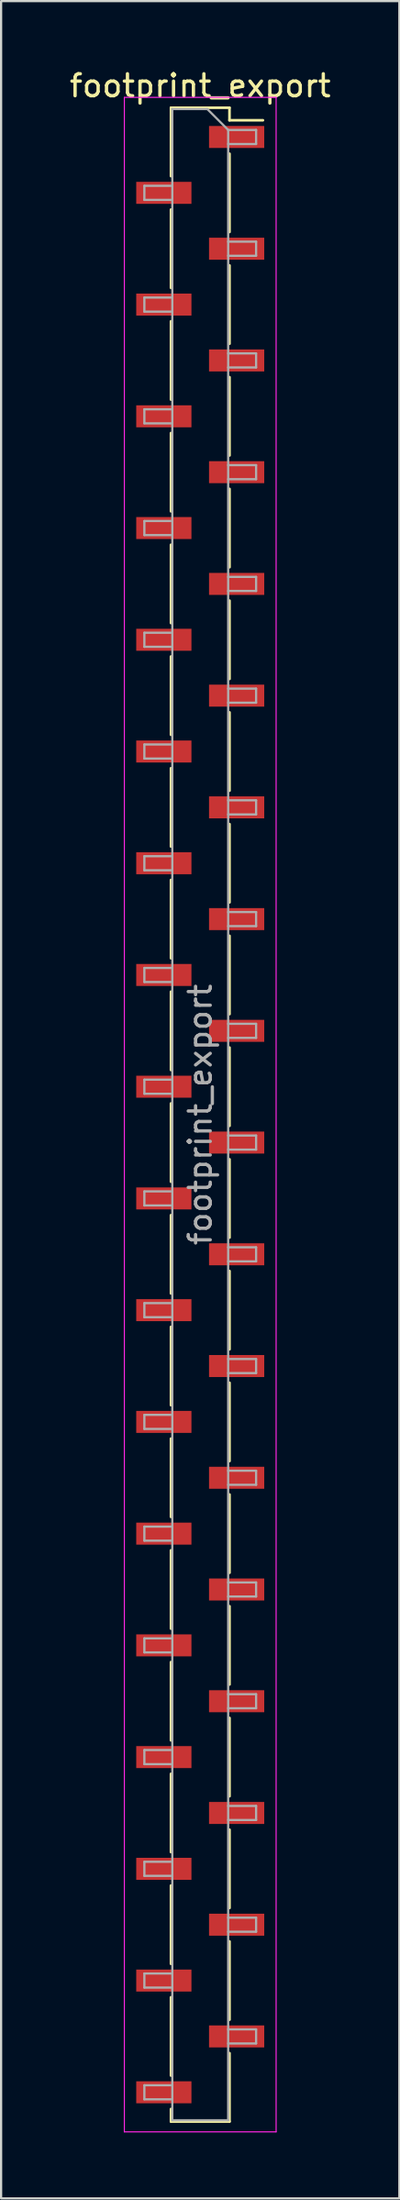
<source format=kicad_pcb>
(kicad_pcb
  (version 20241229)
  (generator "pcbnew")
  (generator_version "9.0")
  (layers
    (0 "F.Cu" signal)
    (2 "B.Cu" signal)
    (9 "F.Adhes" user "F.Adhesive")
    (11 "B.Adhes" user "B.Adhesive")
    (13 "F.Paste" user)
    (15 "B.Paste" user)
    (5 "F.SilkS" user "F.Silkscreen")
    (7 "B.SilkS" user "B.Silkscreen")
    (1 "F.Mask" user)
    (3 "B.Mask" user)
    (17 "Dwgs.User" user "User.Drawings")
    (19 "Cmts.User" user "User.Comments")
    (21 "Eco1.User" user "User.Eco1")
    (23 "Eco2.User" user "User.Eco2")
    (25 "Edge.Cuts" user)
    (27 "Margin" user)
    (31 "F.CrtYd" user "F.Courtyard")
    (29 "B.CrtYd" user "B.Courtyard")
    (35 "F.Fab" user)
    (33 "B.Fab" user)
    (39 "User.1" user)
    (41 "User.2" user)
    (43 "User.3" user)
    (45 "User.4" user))
  (footprint "footprint_export"
    (layer "F.Cu")
    (at 6.054 47.628)
    (property "Reference" "footprint_export" (at 0 -46.78 0) (layer "F.SilkS") (effects (font (size 1 1) (thickness 0.15))))
    (attr smd)
    (fp_line (start -1.33 -45.78) (end -1.33 -42.67) (stroke (width 0.12) (type solid)) (layer "F.SilkS"))
    (fp_line (start -1.33 -45.78) (end 1.33 -45.78) (stroke (width 0.12) (type solid)) (layer "F.SilkS"))
    (fp_line (start -1.33 -41.15) (end -1.33 -37.59) (stroke (width 0.12) (type solid)) (layer "F.SilkS"))
    (fp_line (start -1.33 -36.07) (end -1.33 -32.51) (stroke (width 0.12) (type solid)) (layer "F.SilkS"))
    (fp_line (start -1.33 -30.99) (end -1.33 -27.43) (stroke (width 0.12) (type solid)) (layer "F.SilkS"))
    (fp_line (start -1.33 -25.91) (end -1.33 -22.35) (stroke (width 0.12) (type solid)) (layer "F.SilkS"))
    (fp_line (start -1.33 -20.83) (end -1.33 -17.27) (stroke (width 0.12) (type solid)) (layer "F.SilkS"))
    (fp_line (start -1.33 -15.75) (end -1.33 -12.19) (stroke (width 0.12) (type solid)) (layer "F.SilkS"))
    (fp_line (start -1.33 -10.67) (end -1.33 -7.11) (stroke (width 0.12) (type solid)) (layer "F.SilkS"))
    (fp_line (start -1.33 -5.59) (end -1.33 -2.03) (stroke (width 0.12) (type solid)) (layer "F.SilkS"))
    (fp_line (start -1.33 -0.51) (end -1.33 3.05) (stroke (width 0.12) (type solid)) (layer "F.SilkS"))
    (fp_line (start -1.33 4.57) (end -1.33 8.13) (stroke (width 0.12) (type solid)) (layer "F.SilkS"))
    (fp_line (start -1.33 9.65) (end -1.33 13.21) (stroke (width 0.12) (type solid)) (layer "F.SilkS"))
    (fp_line (start -1.33 14.73) (end -1.33 18.29) (stroke (width 0.12) (type solid)) (layer "F.SilkS"))
    (fp_line (start -1.33 19.81) (end -1.33 23.37) (stroke (width 0.12) (type solid)) (layer "F.SilkS"))
    (fp_line (start -1.33 24.89) (end -1.33 28.45) (stroke (width 0.12) (type solid)) (layer "F.SilkS"))
    (fp_line (start -1.33 29.97) (end -1.33 33.53) (stroke (width 0.12) (type solid)) (layer "F.SilkS"))
    (fp_line (start -1.33 35.05) (end -1.33 38.61) (stroke (width 0.12) (type solid)) (layer "F.SilkS"))
    (fp_line (start -1.33 40.13) (end -1.33 43.69) (stroke (width 0.12) (type solid)) (layer "F.SilkS"))
    (fp_line (start -1.33 45.21) (end -1.33 45.78) (stroke (width 0.12) (type solid)) (layer "F.SilkS"))
    (fp_line (start -1.33 45.78) (end 1.33 45.78) (stroke (width 0.12) (type solid)) (layer "F.SilkS"))
    (fp_line (start 1.33 -45.78) (end 1.33 -45.21) (stroke (width 0.12) (type solid)) (layer "F.SilkS"))
    (fp_line (start 1.33 -45.21) (end 2.85 -45.21) (stroke (width 0.12) (type solid)) (layer "F.SilkS"))
    (fp_line (start 1.33 -43.69) (end 1.33 -40.13) (stroke (width 0.12) (type solid)) (layer "F.SilkS"))
    (fp_line (start 1.33 -38.61) (end 1.33 -35.05) (stroke (width 0.12) (type solid)) (layer "F.SilkS"))
    (fp_line (start 1.33 -33.53) (end 1.33 -29.97) (stroke (width 0.12) (type solid)) (layer "F.SilkS"))
    (fp_line (start 1.33 -28.45) (end 1.33 -24.89) (stroke (width 0.12) (type solid)) (layer "F.SilkS"))
    (fp_line (start 1.33 -23.37) (end 1.33 -19.81) (stroke (width 0.12) (type solid)) (layer "F.SilkS"))
    (fp_line (start 1.33 -18.29) (end 1.33 -14.73) (stroke (width 0.12) (type solid)) (layer "F.SilkS"))
    (fp_line (start 1.33 -13.21) (end 1.33 -9.65) (stroke (width 0.12) (type solid)) (layer "F.SilkS"))
    (fp_line (start 1.33 -8.13) (end 1.33 -4.57) (stroke (width 0.12) (type solid)) (layer "F.SilkS"))
    (fp_line (start 1.33 -3.05) (end 1.33 0.51) (stroke (width 0.12) (type solid)) (layer "F.SilkS"))
    (fp_line (start 1.33 2.03) (end 1.33 5.59) (stroke (width 0.12) (type solid)) (layer "F.SilkS"))
    (fp_line (start 1.33 7.11) (end 1.33 10.67) (stroke (width 0.12) (type solid)) (layer "F.SilkS"))
    (fp_line (start 1.33 12.19) (end 1.33 15.75) (stroke (width 0.12) (type solid)) (layer "F.SilkS"))
    (fp_line (start 1.33 17.27) (end 1.33 20.83) (stroke (width 0.12) (type solid)) (layer "F.SilkS"))
    (fp_line (start 1.33 22.35) (end 1.33 25.91) (stroke (width 0.12) (type solid)) (layer "F.SilkS"))
    (fp_line (start 1.33 27.43) (end 1.33 30.99) (stroke (width 0.12) (type solid)) (layer "F.SilkS"))
    (fp_line (start 1.33 32.51) (end 1.33 36.07) (stroke (width 0.12) (type solid)) (layer "F.SilkS"))
    (fp_line (start 1.33 37.59) (end 1.33 41.15) (stroke (width 0.12) (type solid)) (layer "F.SilkS"))
    (fp_line (start 1.33 42.67) (end 1.33 45.78) (stroke (width 0.12) (type solid)) (layer "F.SilkS"))
    (fp_line (start -3.45 -46.25) (end -3.45 46.25) (stroke (width 0.05) (type solid)) (layer "F.CrtYd"))
    (fp_line (start -3.45 46.25) (end 3.45 46.25) (stroke (width 0.05) (type solid)) (layer "F.CrtYd"))
    (fp_line (start 3.45 -46.25) (end -3.45 -46.25) (stroke (width 0.05) (type solid)) (layer "F.CrtYd"))
    (fp_line (start 3.45 46.25) (end 3.45 -46.25) (stroke (width 0.05) (type solid)) (layer "F.CrtYd"))
    (fp_line (start -2.54 -42.23) (end -2.54 -41.59) (stroke (width 0.1) (type solid)) (layer "F.Fab"))
    (fp_line (start -2.54 -41.59) (end -1.27 -41.59) (stroke (width 0.1) (type solid)) (layer "F.Fab"))
    (fp_line (start -2.54 -37.15) (end -2.54 -36.51) (stroke (width 0.1) (type solid)) (layer "F.Fab"))
    (fp_line (start -2.54 -36.51) (end -1.27 -36.51) (stroke (width 0.1) (type solid)) (layer "F.Fab"))
    (fp_line (start -2.54 -32.07) (end -2.54 -31.43) (stroke (width 0.1) (type solid)) (layer "F.Fab"))
    (fp_line (start -2.54 -31.43) (end -1.27 -31.43) (stroke (width 0.1) (type solid)) (layer "F.Fab"))
    (fp_line (start -2.54 -26.99) (end -2.54 -26.35) (stroke (width 0.1) (type solid)) (layer "F.Fab"))
    (fp_line (start -2.54 -26.35) (end -1.27 -26.35) (stroke (width 0.1) (type solid)) (layer "F.Fab"))
    (fp_line (start -2.54 -21.91) (end -2.54 -21.27) (stroke (width 0.1) (type solid)) (layer "F.Fab"))
    (fp_line (start -2.54 -21.27) (end -1.27 -21.27) (stroke (width 0.1) (type solid)) (layer "F.Fab"))
    (fp_line (start -2.54 -16.83) (end -2.54 -16.19) (stroke (width 0.1) (type solid)) (layer "F.Fab"))
    (fp_line (start -2.54 -16.19) (end -1.27 -16.19) (stroke (width 0.1) (type solid)) (layer "F.Fab"))
    (fp_line (start -2.54 -11.75) (end -2.54 -11.11) (stroke (width 0.1) (type solid)) (layer "F.Fab"))
    (fp_line (start -2.54 -11.11) (end -1.27 -11.11) (stroke (width 0.1) (type solid)) (layer "F.Fab"))
    (fp_line (start -2.54 -6.67) (end -2.54 -6.03) (stroke (width 0.1) (type solid)) (layer "F.Fab"))
    (fp_line (start -2.54 -6.03) (end -1.27 -6.03) (stroke (width 0.1) (type solid)) (layer "F.Fab"))
    (fp_line (start -2.54 -1.59) (end -2.54 -0.95) (stroke (width 0.1) (type solid)) (layer "F.Fab"))
    (fp_line (start -2.54 -0.95) (end -1.27 -0.95) (stroke (width 0.1) (type solid)) (layer "F.Fab"))
    (fp_line (start -2.54 3.49) (end -2.54 4.13) (stroke (width 0.1) (type solid)) (layer "F.Fab"))
    (fp_line (start -2.54 4.13) (end -1.27 4.13) (stroke (width 0.1) (type solid)) (layer "F.Fab"))
    (fp_line (start -2.54 8.57) (end -2.54 9.21) (stroke (width 0.1) (type solid)) (layer "F.Fab"))
    (fp_line (start -2.54 9.21) (end -1.27 9.21) (stroke (width 0.1) (type solid)) (layer "F.Fab"))
    (fp_line (start -2.54 13.65) (end -2.54 14.29) (stroke (width 0.1) (type solid)) (layer "F.Fab"))
    (fp_line (start -2.54 14.29) (end -1.27 14.29) (stroke (width 0.1) (type solid)) (layer "F.Fab"))
    (fp_line (start -2.54 18.73) (end -2.54 19.37) (stroke (width 0.1) (type solid)) (layer "F.Fab"))
    (fp_line (start -2.54 19.37) (end -1.27 19.37) (stroke (width 0.1) (type solid)) (layer "F.Fab"))
    (fp_line (start -2.54 23.81) (end -2.54 24.45) (stroke (width 0.1) (type solid)) (layer "F.Fab"))
    (fp_line (start -2.54 24.45) (end -1.27 24.45) (stroke (width 0.1) (type solid)) (layer "F.Fab"))
    (fp_line (start -2.54 28.89) (end -2.54 29.53) (stroke (width 0.1) (type solid)) (layer "F.Fab"))
    (fp_line (start -2.54 29.53) (end -1.27 29.53) (stroke (width 0.1) (type solid)) (layer "F.Fab"))
    (fp_line (start -2.54 33.97) (end -2.54 34.61) (stroke (width 0.1) (type solid)) (layer "F.Fab"))
    (fp_line (start -2.54 34.61) (end -1.27 34.61) (stroke (width 0.1) (type solid)) (layer "F.Fab"))
    (fp_line (start -2.54 39.05) (end -2.54 39.69) (stroke (width 0.1) (type solid)) (layer "F.Fab"))
    (fp_line (start -2.54 39.69) (end -1.27 39.69) (stroke (width 0.1) (type solid)) (layer "F.Fab"))
    (fp_line (start -2.54 44.13) (end -2.54 44.77) (stroke (width 0.1) (type solid)) (layer "F.Fab"))
    (fp_line (start -2.54 44.77) (end -1.27 44.77) (stroke (width 0.1) (type solid)) (layer "F.Fab"))
    (fp_line (start -1.27 -45.72) (end -1.27 45.72) (stroke (width 0.1) (type solid)) (layer "F.Fab"))
    (fp_line (start -1.27 -45.72) (end 0.32 -45.72) (stroke (width 0.1) (type solid)) (layer "F.Fab"))
    (fp_line (start -1.27 -42.23) (end -2.54 -42.23) (stroke (width 0.1) (type solid)) (layer "F.Fab"))
    (fp_line (start -1.27 -37.15) (end -2.54 -37.15) (stroke (width 0.1) (type solid)) (layer "F.Fab"))
    (fp_line (start -1.27 -32.07) (end -2.54 -32.07) (stroke (width 0.1) (type solid)) (layer "F.Fab"))
    (fp_line (start -1.27 -26.99) (end -2.54 -26.99) (stroke (width 0.1) (type solid)) (layer "F.Fab"))
    (fp_line (start -1.27 -21.91) (end -2.54 -21.91) (stroke (width 0.1) (type solid)) (layer "F.Fab"))
    (fp_line (start -1.27 -16.83) (end -2.54 -16.83) (stroke (width 0.1) (type solid)) (layer "F.Fab"))
    (fp_line (start -1.27 -11.75) (end -2.54 -11.75) (stroke (width 0.1) (type solid)) (layer "F.Fab"))
    (fp_line (start -1.27 -6.67) (end -2.54 -6.67) (stroke (width 0.1) (type solid)) (layer "F.Fab"))
    (fp_line (start -1.27 -1.59) (end -2.54 -1.59) (stroke (width 0.1) (type solid)) (layer "F.Fab"))
    (fp_line (start -1.27 3.49) (end -2.54 3.49) (stroke (width 0.1) (type solid)) (layer "F.Fab"))
    (fp_line (start -1.27 8.57) (end -2.54 8.57) (stroke (width 0.1) (type solid)) (layer "F.Fab"))
    (fp_line (start -1.27 13.65) (end -2.54 13.65) (stroke (width 0.1) (type solid)) (layer "F.Fab"))
    (fp_line (start -1.27 18.73) (end -2.54 18.73) (stroke (width 0.1) (type solid)) (layer "F.Fab"))
    (fp_line (start -1.27 23.81) (end -2.54 23.81) (stroke (width 0.1) (type solid)) (layer "F.Fab"))
    (fp_line (start -1.27 28.89) (end -2.54 28.89) (stroke (width 0.1) (type solid)) (layer "F.Fab"))
    (fp_line (start -1.27 33.97) (end -2.54 33.97) (stroke (width 0.1) (type solid)) (layer "F.Fab"))
    (fp_line (start -1.27 39.05) (end -2.54 39.05) (stroke (width 0.1) (type solid)) (layer "F.Fab"))
    (fp_line (start -1.27 44.13) (end -2.54 44.13) (stroke (width 0.1) (type solid)) (layer "F.Fab"))
    (fp_line (start 1.27 -44.77) (end 0.32 -45.72) (stroke (width 0.1) (type solid)) (layer "F.Fab"))
    (fp_line (start 1.27 -44.77) (end 2.54 -44.77) (stroke (width 0.1) (type solid)) (layer "F.Fab"))
    (fp_line (start 1.27 -39.69) (end 2.54 -39.69) (stroke (width 0.1) (type solid)) (layer "F.Fab"))
    (fp_line (start 1.27 -34.61) (end 2.54 -34.61) (stroke (width 0.1) (type solid)) (layer "F.Fab"))
    (fp_line (start 1.27 -29.53) (end 2.54 -29.53) (stroke (width 0.1) (type solid)) (layer "F.Fab"))
    (fp_line (start 1.27 -24.45) (end 2.54 -24.45) (stroke (width 0.1) (type solid)) (layer "F.Fab"))
    (fp_line (start 1.27 -19.37) (end 2.54 -19.37) (stroke (width 0.1) (type solid)) (layer "F.Fab"))
    (fp_line (start 1.27 -14.29) (end 2.54 -14.29) (stroke (width 0.1) (type solid)) (layer "F.Fab"))
    (fp_line (start 1.27 -9.21) (end 2.54 -9.21) (stroke (width 0.1) (type solid)) (layer "F.Fab"))
    (fp_line (start 1.27 -4.13) (end 2.54 -4.13) (stroke (width 0.1) (type solid)) (layer "F.Fab"))
    (fp_line (start 1.27 0.95) (end 2.54 0.95) (stroke (width 0.1) (type solid)) (layer "F.Fab"))
    (fp_line (start 1.27 6.03) (end 2.54 6.03) (stroke (width 0.1) (type solid)) (layer "F.Fab"))
    (fp_line (start 1.27 11.11) (end 2.54 11.11) (stroke (width 0.1) (type solid)) (layer "F.Fab"))
    (fp_line (start 1.27 16.19) (end 2.54 16.19) (stroke (width 0.1) (type solid)) (layer "F.Fab"))
    (fp_line (start 1.27 21.27) (end 2.54 21.27) (stroke (width 0.1) (type solid)) (layer "F.Fab"))
    (fp_line (start 1.27 26.35) (end 2.54 26.35) (stroke (width 0.1) (type solid)) (layer "F.Fab"))
    (fp_line (start 1.27 31.43) (end 2.54 31.43) (stroke (width 0.1) (type solid)) (layer "F.Fab"))
    (fp_line (start 1.27 36.51) (end 2.54 36.51) (stroke (width 0.1) (type solid)) (layer "F.Fab"))
    (fp_line (start 1.27 41.59) (end 2.54 41.59) (stroke (width 0.1) (type solid)) (layer "F.Fab"))
    (fp_line (start 1.27 45.72) (end -1.27 45.72) (stroke (width 0.1) (type solid)) (layer "F.Fab"))
    (fp_line (start 1.27 45.72) (end 1.27 -44.77) (stroke (width 0.1) (type solid)) (layer "F.Fab"))
    (fp_line (start 2.54 -44.77) (end 2.54 -44.13) (stroke (width 0.1) (type solid)) (layer "F.Fab"))
    (fp_line (start 2.54 -44.13) (end 1.27 -44.13) (stroke (width 0.1) (type solid)) (layer "F.Fab"))
    (fp_line (start 2.54 -39.69) (end 2.54 -39.05) (stroke (width 0.1) (type solid)) (layer "F.Fab"))
    (fp_line (start 2.54 -39.05) (end 1.27 -39.05) (stroke (width 0.1) (type solid)) (layer "F.Fab"))
    (fp_line (start 2.54 -34.61) (end 2.54 -33.97) (stroke (width 0.1) (type solid)) (layer "F.Fab"))
    (fp_line (start 2.54 -33.97) (end 1.27 -33.97) (stroke (width 0.1) (type solid)) (layer "F.Fab"))
    (fp_line (start 2.54 -29.53) (end 2.54 -28.89) (stroke (width 0.1) (type solid)) (layer "F.Fab"))
    (fp_line (start 2.54 -28.89) (end 1.27 -28.89) (stroke (width 0.1) (type solid)) (layer "F.Fab"))
    (fp_line (start 2.54 -24.45) (end 2.54 -23.81) (stroke (width 0.1) (type solid)) (layer "F.Fab"))
    (fp_line (start 2.54 -23.81) (end 1.27 -23.81) (stroke (width 0.1) (type solid)) (layer "F.Fab"))
    (fp_line (start 2.54 -19.37) (end 2.54 -18.73) (stroke (width 0.1) (type solid)) (layer "F.Fab"))
    (fp_line (start 2.54 -18.73) (end 1.27 -18.73) (stroke (width 0.1) (type solid)) (layer "F.Fab"))
    (fp_line (start 2.54 -14.29) (end 2.54 -13.65) (stroke (width 0.1) (type solid)) (layer "F.Fab"))
    (fp_line (start 2.54 -13.65) (end 1.27 -13.65) (stroke (width 0.1) (type solid)) (layer "F.Fab"))
    (fp_line (start 2.54 -9.21) (end 2.54 -8.57) (stroke (width 0.1) (type solid)) (layer "F.Fab"))
    (fp_line (start 2.54 -8.57) (end 1.27 -8.57) (stroke (width 0.1) (type solid)) (layer "F.Fab"))
    (fp_line (start 2.54 -4.13) (end 2.54 -3.49) (stroke (width 0.1) (type solid)) (layer "F.Fab"))
    (fp_line (start 2.54 -3.49) (end 1.27 -3.49) (stroke (width 0.1) (type solid)) (layer "F.Fab"))
    (fp_line (start 2.54 0.95) (end 2.54 1.59) (stroke (width 0.1) (type solid)) (layer "F.Fab"))
    (fp_line (start 2.54 1.59) (end 1.27 1.59) (stroke (width 0.1) (type solid)) (layer "F.Fab"))
    (fp_line (start 2.54 6.03) (end 2.54 6.67) (stroke (width 0.1) (type solid)) (layer "F.Fab"))
    (fp_line (start 2.54 6.67) (end 1.27 6.67) (stroke (width 0.1) (type solid)) (layer "F.Fab"))
    (fp_line (start 2.54 11.11) (end 2.54 11.75) (stroke (width 0.1) (type solid)) (layer "F.Fab"))
    (fp_line (start 2.54 11.75) (end 1.27 11.75) (stroke (width 0.1) (type solid)) (layer "F.Fab"))
    (fp_line (start 2.54 16.19) (end 2.54 16.83) (stroke (width 0.1) (type solid)) (layer "F.Fab"))
    (fp_line (start 2.54 16.83) (end 1.27 16.83) (stroke (width 0.1) (type solid)) (layer "F.Fab"))
    (fp_line (start 2.54 21.27) (end 2.54 21.91) (stroke (width 0.1) (type solid)) (layer "F.Fab"))
    (fp_line (start 2.54 21.91) (end 1.27 21.91) (stroke (width 0.1) (type solid)) (layer "F.Fab"))
    (fp_line (start 2.54 26.35) (end 2.54 26.99) (stroke (width 0.1) (type solid)) (layer "F.Fab"))
    (fp_line (start 2.54 26.99) (end 1.27 26.99) (stroke (width 0.1) (type solid)) (layer "F.Fab"))
    (fp_line (start 2.54 31.43) (end 2.54 32.07) (stroke (width 0.1) (type solid)) (layer "F.Fab"))
    (fp_line (start 2.54 32.07) (end 1.27 32.07) (stroke (width 0.1) (type solid)) (layer "F.Fab"))
    (fp_line (start 2.54 36.51) (end 2.54 37.15) (stroke (width 0.1) (type solid)) (layer "F.Fab"))
    (fp_line (start 2.54 37.15) (end 1.27 37.15) (stroke (width 0.1) (type solid)) (layer "F.Fab"))
    (fp_line (start 2.54 41.59) (end 2.54 42.23) (stroke (width 0.1) (type solid)) (layer "F.Fab"))
    (fp_line (start 2.54 42.23) (end 1.27 42.23) (stroke (width 0.1) (type solid)) (layer "F.Fab"))
    (fp_text user "${REFERENCE}" (at 0 0 90) (layer "F.Fab") (effects (font (size 1 1) (thickness 0.15))))
    (pad "1" smd rect (at 1.655 -44.45) (size 2.51 1) (layers "F.Cu" "F.Mask" "F.Paste"))
    (pad "2" smd rect (at -1.655 -41.91) (size 2.51 1) (layers "F.Cu" "F.Mask" "F.Paste"))
    (pad "3" smd rect (at 1.655 -39.37) (size 2.51 1) (layers "F.Cu" "F.Mask" "F.Paste"))
    (pad "4" smd rect (at -1.655 -36.83) (size 2.51 1) (layers "F.Cu" "F.Mask" "F.Paste"))
    (pad "5" smd rect (at 1.655 -34.29) (size 2.51 1) (layers "F.Cu" "F.Mask" "F.Paste"))
    (pad "6" smd rect (at -1.655 -31.75) (size 2.51 1) (layers "F.Cu" "F.Mask" "F.Paste"))
    (pad "7" smd rect (at 1.655 -29.21) (size 2.51 1) (layers "F.Cu" "F.Mask" "F.Paste"))
    (pad "8" smd rect (at -1.655 -26.67) (size 2.51 1) (layers "F.Cu" "F.Mask" "F.Paste"))
    (pad "9" smd rect (at 1.655 -24.13) (size 2.51 1) (layers "F.Cu" "F.Mask" "F.Paste"))
    (pad "10" smd rect (at -1.655 -21.59) (size 2.51 1) (layers "F.Cu" "F.Mask" "F.Paste"))
    (pad "11" smd rect (at 1.655 -19.05) (size 2.51 1) (layers "F.Cu" "F.Mask" "F.Paste"))
    (pad "12" smd rect (at -1.655 -16.51) (size 2.51 1) (layers "F.Cu" "F.Mask" "F.Paste"))
    (pad "13" smd rect (at 1.655 -13.97) (size 2.51 1) (layers "F.Cu" "F.Mask" "F.Paste"))
    (pad "14" smd rect (at -1.655 -11.43) (size 2.51 1) (layers "F.Cu" "F.Mask" "F.Paste"))
    (pad "15" smd rect (at 1.655 -8.89) (size 2.51 1) (layers "F.Cu" "F.Mask" "F.Paste"))
    (pad "16" smd rect (at -1.655 -6.35) (size 2.51 1) (layers "F.Cu" "F.Mask" "F.Paste"))
    (pad "17" smd rect (at 1.655 -3.81) (size 2.51 1) (layers "F.Cu" "F.Mask" "F.Paste"))
    (pad "18" smd rect (at -1.655 -1.27) (size 2.51 1) (layers "F.Cu" "F.Mask" "F.Paste"))
    (pad "19" smd rect (at 1.655 1.27) (size 2.51 1) (layers "F.Cu" "F.Mask" "F.Paste"))
    (pad "20" smd rect (at -1.655 3.81) (size 2.51 1) (layers "F.Cu" "F.Mask" "F.Paste"))
    (pad "21" smd rect (at 1.655 6.35) (size 2.51 1) (layers "F.Cu" "F.Mask" "F.Paste"))
    (pad "22" smd rect (at -1.655 8.89) (size 2.51 1) (layers "F.Cu" "F.Mask" "F.Paste"))
    (pad "23" smd rect (at 1.655 11.43) (size 2.51 1) (layers "F.Cu" "F.Mask" "F.Paste"))
    (pad "24" smd rect (at -1.655 13.97) (size 2.51 1) (layers "F.Cu" "F.Mask" "F.Paste"))
    (pad "25" smd rect (at 1.655 16.51) (size 2.51 1) (layers "F.Cu" "F.Mask" "F.Paste"))
    (pad "26" smd rect (at -1.655 19.05) (size 2.51 1) (layers "F.Cu" "F.Mask" "F.Paste"))
    (pad "27" smd rect (at 1.655 21.59) (size 2.51 1) (layers "F.Cu" "F.Mask" "F.Paste"))
    (pad "28" smd rect (at -1.655 24.13) (size 2.51 1) (layers "F.Cu" "F.Mask" "F.Paste"))
    (pad "29" smd rect (at 1.655 26.67) (size 2.51 1) (layers "F.Cu" "F.Mask" "F.Paste"))
    (pad "30" smd rect (at -1.655 29.21) (size 2.51 1) (layers "F.Cu" "F.Mask" "F.Paste"))
    (pad "31" smd rect (at 1.655 31.75) (size 2.51 1) (layers "F.Cu" "F.Mask" "F.Paste"))
    (pad "32" smd rect (at -1.655 34.29) (size 2.51 1) (layers "F.Cu" "F.Mask" "F.Paste"))
    (pad "33" smd rect (at 1.655 36.83) (size 2.51 1) (layers "F.Cu" "F.Mask" "F.Paste"))
    (pad "34" smd rect (at -1.655 39.37) (size 2.51 1) (layers "F.Cu" "F.Mask" "F.Paste"))
    (pad "35" smd rect (at 1.655 41.91) (size 2.51 1) (layers "F.Cu" "F.Mask" "F.Paste"))
    (pad "36" smd rect (at -1.655 44.45) (size 2.51 1) (layers "F.Cu" "F.Mask" "F.Paste")))
  (gr_rect
    (start -3 -3)
    (end 15.107 96.903)
    (stroke (width 0.1) (type default))
    (fill no)
    (layer "Edge.Cuts")))
</source>
